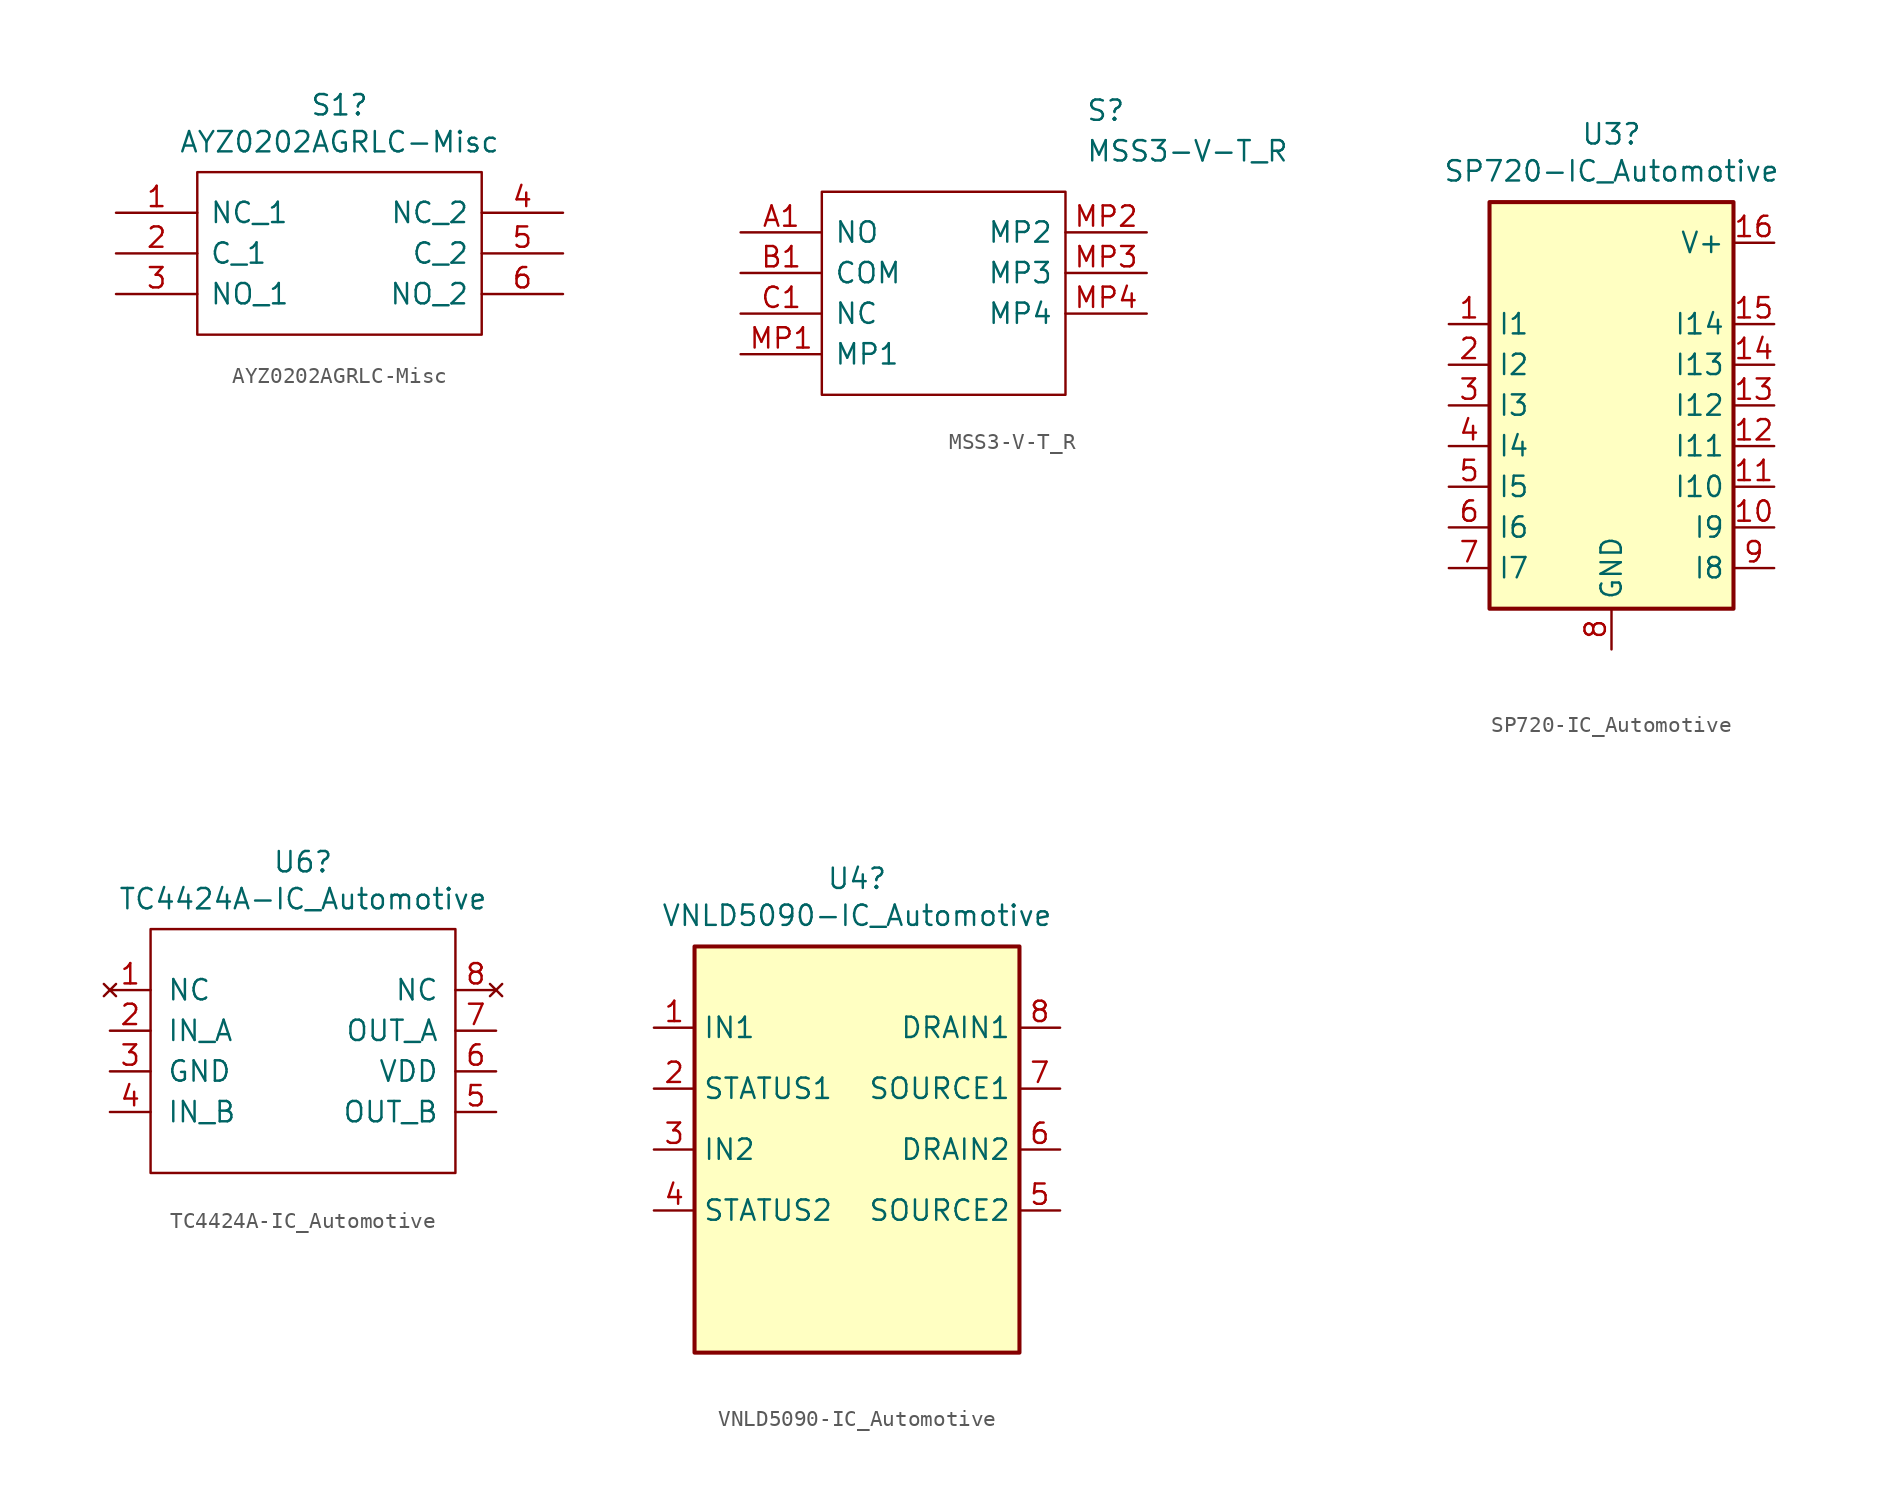
<source format=kicad_sym>
(kicad_symbol_lib
  (version 20211014)
  (generator kicad_symbol_editor)
  (symbol "AYZ0202AGRLC-Misc"
    (pin_names
      (offset 0.762))
    (property "Reference" "S1"
      (at 13.97 6.731 0)
      (effects (font (size 1.27 1.27))))
    (property "Value" "AYZ0202AGRLC-Misc"
      (at 13.97 4.42 0)
      (effects (font (size 1.27 1.27))))
    (symbol "AYZ0202AGRLC-Misc_0_0"
      (pin bidirectional line (at 0 0 0) (length 5.08) (name "NC_1" (effects (font (size 1.27 1.27)))) (number "1" (effects (font (size 1.27 1.27)))))
      (pin bidirectional line (at 0 -2.54 0) (length 5.08) (name "C_1" (effects (font (size 1.27 1.27)))) (number "2" (effects (font (size 1.27 1.27)))))
      (pin bidirectional line (at 0 -5.08 0) (length 5.08) (name "NO_1" (effects (font (size 1.27 1.27)))) (number "3" (effects (font (size 1.27 1.27)))))
      (pin bidirectional line (at 27.94 0 180) (length 5.08) (name "NC_2" (effects (font (size 1.27 1.27)))) (number "4" (effects (font (size 1.27 1.27)))))
      (pin bidirectional line (at 27.94 -2.54 180) (length 5.08) (name "C_2" (effects (font (size 1.27 1.27)))) (number "5" (effects (font (size 1.27 1.27)))))
      (pin bidirectional line (at 27.94 -5.08 180) (length 5.08) (name "NO_2" (effects (font (size 1.27 1.27)))) (number "6" (effects (font (size 1.27 1.27))))))
    (symbol "AYZ0202AGRLC-Misc_0_1"
      (polyline (pts (xy 5.08 2.54) (xy 22.86 2.54) (xy 22.86 -7.62) (xy 5.08 -7.62) (xy 5.08 2.54)) (stroke (width 0.152) (type default) (color 0 0 0 0)) (fill (type none)))))
  (symbol "MSS3-V-T_R"
    (pin_names
      (offset 0.762))
    (property "Reference" "S"
      (at 21.59 7.62 0)
      (effects (font (size 1.27 1.27)) (justify left)))
    (property "Value" "MSS3-V-T_R"
      (at 21.59 5.08 0)
      (effects (font (size 1.27 1.27)) (justify left)))
    (symbol "MSS3-V-T_R_0_0"
      (pin passive line (at 0 0 0) (length 5.08) (name "NO" (effects (font (size 1.27 1.27)))) (number "A1" (effects (font (size 1.27 1.27)))))
      (pin passive line (at 0 -2.54 0) (length 5.08) (name "COM" (effects (font (size 1.27 1.27)))) (number "B1" (effects (font (size 1.27 1.27)))))
      (pin passive line (at 0 -5.08 0) (length 5.08) (name "NC" (effects (font (size 1.27 1.27)))) (number "C1" (effects (font (size 1.27 1.27)))))
      (pin passive line (at 0 -7.62 0) (length 5.08) (name "MP1" (effects (font (size 1.27 1.27)))) (number "MP1" (effects (font (size 1.27 1.27)))))
      (pin passive line (at 25.4 0 180) (length 5.08) (name "MP2" (effects (font (size 1.27 1.27)))) (number "MP2" (effects (font (size 1.27 1.27)))))
      (pin passive line (at 25.4 -2.54 180) (length 5.08) (name "MP3" (effects (font (size 1.27 1.27)))) (number "MP3" (effects (font (size 1.27 1.27)))))
      (pin passive line (at 25.4 -5.08 180) (length 5.08) (name "MP4" (effects (font (size 1.27 1.27)))) (number "MP4" (effects (font (size 1.27 1.27))))))
    (symbol "MSS3-V-T_R_0_1"
      (polyline (pts (xy 5.08 2.54) (xy 20.32 2.54) (xy 20.32 -10.16) (xy 5.08 -10.16) (xy 5.08 2.54)) (stroke (width 0.152) (type default) (color 0 0 0 0)) (fill (type none)))))
  (symbol "SP720-IC_Automotive"
    (property "Reference" "U3"
      (at 0 16.942 0)
      (effects (font (size 1.27 1.27))))
    (property "Value" "SP720-IC_Automotive"
      (at 0 14.63 0)
      (effects (font (size 1.27 1.27))))
    (symbol "SP720-IC_Automotive_0_1"
      (rectangle (start -7.62 -12.7) (end 7.62 12.7) (stroke (width 0.254) (type default) (color 0 0 0 0)) (fill (type background))))
    (symbol "SP720-IC_Automotive_1_1"
      (pin input line (at -10.16 5.08 0) (length 2.54) (name "I1" (effects (font (size 1.27 1.27)))) (number "1" (effects (font (size 1.27 1.27)))))
      (pin input line (at 10.16 -7.62 180) (length 2.54) (name "I9" (effects (font (size 1.27 1.27)))) (number "10" (effects (font (size 1.27 1.27)))))
      (pin input line (at 10.16 -5.08 180) (length 2.54) (name "I10" (effects (font (size 1.27 1.27)))) (number "11" (effects (font (size 1.27 1.27)))))
      (pin input line (at 10.16 -2.54 180) (length 2.54) (name "I11" (effects (font (size 1.27 1.27)))) (number "12" (effects (font (size 1.27 1.27)))))
      (pin input line (at 10.16 0 180) (length 2.54) (name "I12" (effects (font (size 1.27 1.27)))) (number "13" (effects (font (size 1.27 1.27)))))
      (pin open_collector line (at 10.16 2.54 180) (length 2.54) (name "I13" (effects (font (size 1.27 1.27)))) (number "14" (effects (font (size 1.27 1.27)))))
      (pin input line (at 10.16 5.08 180) (length 2.54) (name "I14" (effects (font (size 1.27 1.27)))) (number "15" (effects (font (size 1.27 1.27)))))
      (pin power_in line (at 10.16 10.16 180) (length 2.54) (name "V+" (effects (font (size 1.27 1.27)))) (number "16" (effects (font (size 1.27 1.27)))))
      (pin input line (at -10.16 2.54 0) (length 2.54) (name "I2" (effects (font (size 1.27 1.27)))) (number "2" (effects (font (size 1.27 1.27)))))
      (pin input line (at -10.16 0 0) (length 2.54) (name "I3" (effects (font (size 1.27 1.27)))) (number "3" (effects (font (size 1.27 1.27)))))
      (pin input line (at -10.16 -2.54 0) (length 2.54) (name "I4" (effects (font (size 1.27 1.27)))) (number "4" (effects (font (size 1.27 1.27)))))
      (pin input line (at -10.16 -5.08 0) (length 2.54) (name "I5" (effects (font (size 1.27 1.27)))) (number "5" (effects (font (size 1.27 1.27)))))
      (pin input line (at -10.16 -7.62 0) (length 2.54) (name "I6" (effects (font (size 1.27 1.27)))) (number "6" (effects (font (size 1.27 1.27)))))
      (pin input line (at -10.16 -10.16 0) (length 2.54) (name "I7" (effects (font (size 1.27 1.27)))) (number "7" (effects (font (size 1.27 1.27)))))
      (pin power_in line (at 0 -15.24 90) (length 2.54) (name "GND" (effects (font (size 1.27 1.27)))) (number "8" (effects (font (size 1.27 1.27)))))
      (pin input line (at 10.16 -10.16 180) (length 2.54) (name "I8" (effects (font (size 1.27 1.27)))) (number "9" (effects (font (size 1.27 1.27)))))))
  (symbol "TC4424A-IC_Automotive"
    (pin_names
      (offset 1.016))
    (property "Reference" "U6"
      (at -15.875 41.021 0)
      (effects (font (size 1.27 1.27))))
    (property "Value" "TC4424A-IC_Automotive"
      (at -15.875 38.71 0)
      (effects (font (size 1.27 1.27))))
    (symbol "TC4424A-IC_Automotive_0_1"
      (rectangle (start -25.4 36.83) (end -6.35 21.59) (stroke (width 0) (type default) (color 0 0 0 0)) (fill (type none))))
    (symbol "TC4424A-IC_Automotive_1_1"
      (pin no_connect line (at -27.94 33.02 0) (length 2.54) (name "NC" (effects (font (size 1.27 1.27)))) (number "1" (effects (font (size 1.27 1.27)))))
      (pin input line (at -27.94 30.48 0) (length 2.54) (name "IN_A" (effects (font (size 1.27 1.27)))) (number "2" (effects (font (size 1.27 1.27)))))
      (pin power_in line (at -27.94 27.94 0) (length 2.54) (name "GND" (effects (font (size 1.27 1.27)))) (number "3" (effects (font (size 1.27 1.27)))))
      (pin input line (at -27.94 25.4 0) (length 2.54) (name "IN_B" (effects (font (size 1.27 1.27)))) (number "4" (effects (font (size 1.27 1.27)))))
      (pin input line (at -3.81 25.4 180) (length 2.54) (name "OUT_B" (effects (font (size 1.27 1.27)))) (number "5" (effects (font (size 1.27 1.27)))))
      (pin power_in line (at -3.81 27.94 180) (length 2.54) (name "VDD" (effects (font (size 1.27 1.27)))) (number "6" (effects (font (size 1.27 1.27)))))
      (pin output line (at -3.81 30.48 180) (length 2.54) (name "OUT_A" (effects (font (size 1.27 1.27)))) (number "7" (effects (font (size 1.27 1.27)))))
      (pin no_connect line (at -3.81 33.02 180) (length 2.54) (name "NC" (effects (font (size 1.27 1.27)))) (number "8" (effects (font (size 1.27 1.27)))))))
  (symbol "VNLD5090-IC_Automotive"
    (property "Reference" "U4"
      (at 2.54 14.402 0)
      (effects (font (size 1.27 1.27))))
    (property "Value" "VNLD5090-IC_Automotive"
      (at 2.54 12.09 0)
      (effects (font (size 1.27 1.27))))
    (symbol "VNLD5090-IC_Automotive_0_1"
      (rectangle (start -7.62 -15.24) (end 12.7 10.16) (stroke (width 0.254) (type default) (color 0 0 0 0)) (fill (type background))))
    (symbol "VNLD5090-IC_Automotive_1_1"
      (pin input line (at -10.16 5.08 0) (length 2.54) (name "IN1" (effects (font (size 1.27 1.27)))) (number "1" (effects (font (size 1.27 1.27)))))
      (pin output line (at -10.16 1.27 0) (length 2.54) (name "STATUS1" (effects (font (size 1.27 1.27)))) (number "2" (effects (font (size 1.27 1.27)))))
      (pin input line (at -10.16 -2.54 0) (length 2.54) (name "IN2" (effects (font (size 1.27 1.27)))) (number "3" (effects (font (size 1.27 1.27)))))
      (pin output line (at -10.16 -6.35 0) (length 2.54) (name "STATUS2" (effects (font (size 1.27 1.27)))) (number "4" (effects (font (size 1.27 1.27)))))
      (pin input line (at 15.24 -6.35 180) (length 2.54) (name "SOURCE2" (effects (font (size 1.27 1.27)))) (number "5" (effects (font (size 1.27 1.27)))))
      (pin output line (at 15.24 -2.54 180) (length 2.54) (name "DRAIN2" (effects (font (size 1.27 1.27)))) (number "6" (effects (font (size 1.27 1.27)))))
      (pin input line (at 15.24 1.27 180) (length 2.54) (name "SOURCE1" (effects (font (size 1.27 1.27)))) (number "7" (effects (font (size 1.27 1.27)))))
      (pin output line (at 15.24 5.08 180) (length 2.54) (name "DRAIN1" (effects (font (size 1.27 1.27)))) (number "8" (effects (font (size 1.27 1.27))))))))
</source>
